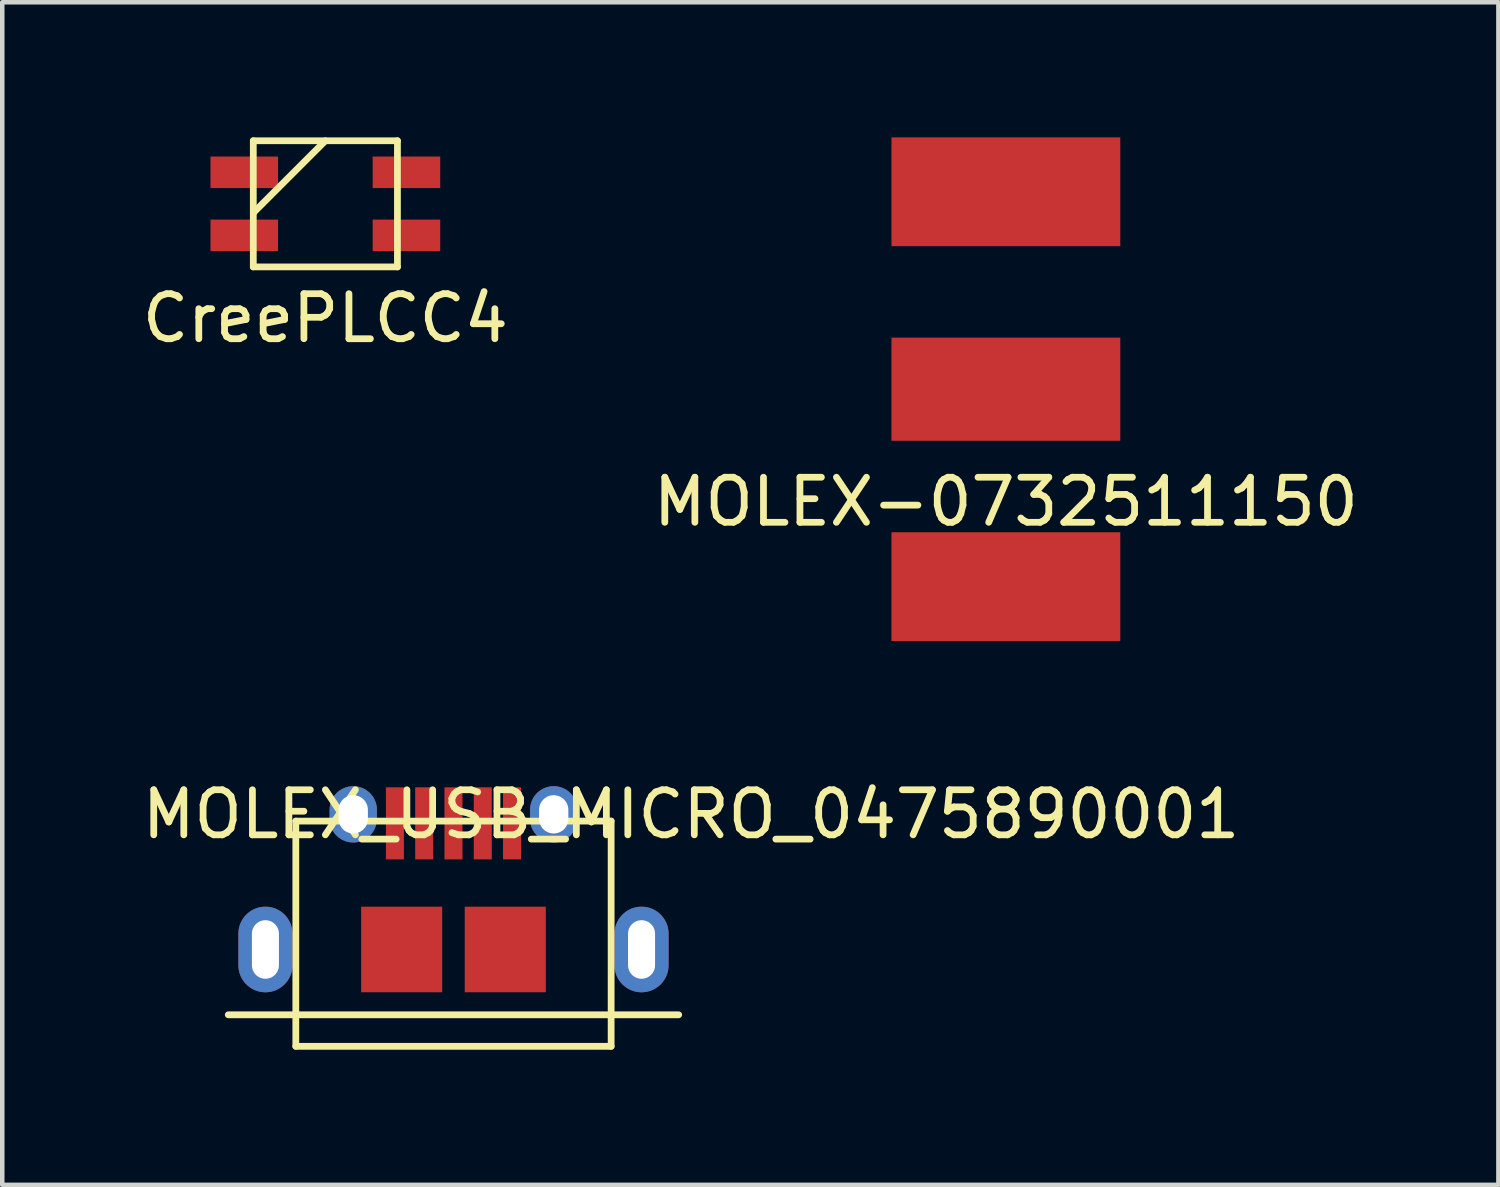
<source format=kicad_pcb>
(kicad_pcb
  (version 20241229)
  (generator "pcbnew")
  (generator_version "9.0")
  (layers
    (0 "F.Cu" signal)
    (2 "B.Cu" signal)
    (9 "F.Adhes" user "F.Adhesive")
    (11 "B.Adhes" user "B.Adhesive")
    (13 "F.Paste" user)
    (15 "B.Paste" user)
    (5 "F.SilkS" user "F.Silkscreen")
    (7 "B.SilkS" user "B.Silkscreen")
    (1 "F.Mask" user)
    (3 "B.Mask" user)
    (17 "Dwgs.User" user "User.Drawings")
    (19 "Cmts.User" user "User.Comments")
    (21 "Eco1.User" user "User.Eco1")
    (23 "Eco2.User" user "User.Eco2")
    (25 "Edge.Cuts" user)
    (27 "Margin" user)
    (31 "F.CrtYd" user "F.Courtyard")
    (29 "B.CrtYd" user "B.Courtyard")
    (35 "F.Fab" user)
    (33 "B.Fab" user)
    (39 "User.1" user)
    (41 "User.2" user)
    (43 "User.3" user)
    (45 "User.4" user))
  (footprint "MOLEX-0732511150"
    (layer "F.Cu")
    (at 19.28 5.59)
    (property "Reference" "MOLEX-0732511150" (at 0 2.5 0) (layer "F.SilkS") (effects (font (size 1 1) (thickness 0.15))))
    (attr through_hole)
    (pad "1" smd rect (at 0 0) (size 5.08 2.29) (layers "F.Cu" "F.Mask" "F.Paste"))
    (pad "2" smd rect (at 0 -4.383) (size 5.08 2.415) (layers "F.Cu" "F.Mask" "F.Paste"))
    (pad "2" smd rect (at 0 4.383) (size 5.08 2.415) (layers "F.Cu" "F.Mask" "F.Paste")))
  (footprint "MOLEX_USB_MICRO_0475890001"
    (layer "F.Cu")
    (at 7.017 16.028)
    (property "Reference" "MOLEX_USB_MICRO_0475890001" (at 5.275 -1 0) (layer "F.SilkS") (effects (font (size 1 1) (thickness 0.15))))
    (attr through_hole)
    (fp_line (start -5 3.45) (end 5 3.45) (stroke (width 0.15) (type solid)) (layer "F.SilkS"))
    (fp_line (start -3.5 -0.85) (end -3.5 4.15) (stroke (width 0.15) (type solid)) (layer "F.SilkS"))
    (fp_line (start -3.5 -0.85) (end 3.5 -0.85) (stroke (width 0.15) (type solid)) (layer "F.SilkS"))
    (fp_line (start -3.5 4.15) (end 3.5 4.15) (stroke (width 0.15) (type solid)) (layer "F.SilkS"))
    (fp_line (start 3.5 -0.85) (end 3.5 4.15) (stroke (width 0.15) (type solid)) (layer "F.SilkS"))
    (pad "1" smd rect (at -1.3 -0.8) (size 0.4 1.6) (layers "F.Cu" "F.Mask" "F.Paste"))
    (pad "2" smd rect (at -0.65 -0.8) (size 0.4 1.6) (layers "F.Cu" "F.Mask" "F.Paste"))
    (pad "3" smd rect (at 0 -0.8) (size 0.4 1.6) (layers "F.Cu" "F.Mask" "F.Paste"))
    (pad "4" smd rect (at 0.65 -0.8) (size 0.4 1.6) (layers "F.Cu" "F.Mask" "F.Paste"))
    (pad "5" thru_hole oval (at -4.175 2) (size 1.2 1.9) (drill oval 0.6 1.3) (layers "*.Cu" "*.Mask"))
    (pad "5" thru_hole oval (at -2.225 -1) (size 1.05 1.25) (drill oval 0.65 0.85) (layers "*.Cu" "*.Mask"))
    (pad "5" smd rect (at -1.15 2) (size 1.8 1.9) (layers "F.Cu" "F.Mask" "F.Paste"))
    (pad "5" smd rect (at 1.15 2) (size 1.8 1.9) (layers "F.Cu" "F.Mask" "F.Paste"))
    (pad "5" smd rect (at 1.3 -0.8) (size 0.4 1.6) (layers "F.Cu" "F.Mask" "F.Paste"))
    (pad "5" thru_hole oval (at 2.225 -1) (size 1.05 1.25) (drill oval 0.65 0.85) (layers "*.Cu" "*.Mask"))
    (pad "5" thru_hole oval (at 4.175 2) (size 1.2 1.9) (drill oval 0.6 1.3) (layers "*.Cu" "*.Mask")))
  (footprint "CreePLCC4"
    (layer "F.Cu")
    (at 4.173 1.475)
    (property "Reference" "CreePLCC4" (at 0 2.54 0) (layer "F.SilkS") (effects (font (size 1 1) (thickness 0.15))))
    (attr through_hole)
    (fp_line (start -1.6 -1.4) (end -1.6 1.4) (stroke (width 0.15) (type solid)) (layer "F.SilkS"))
    (fp_line (start -1.6 -1.4) (end 1.6 -1.4) (stroke (width 0.15) (type solid)) (layer "F.SilkS"))
    (fp_line (start -1.6 0.2) (end 0 -1.4) (stroke (width 0.15) (type solid)) (layer "F.SilkS"))
    (fp_line (start -1.6 1.4) (end 1.6 1.4) (stroke (width 0.15) (type solid)) (layer "F.SilkS"))
    (fp_line (start 1.6 -1.4) (end 1.6 1.4) (stroke (width 0.15) (type solid)) (layer "F.SilkS"))
    (pad "1" smd rect (at -1.8 -0.7) (size 1.5 0.7) (layers "F.Cu" "F.Mask" "F.Paste"))
    (pad "2" smd rect (at -1.8 0.7) (size 1.5 0.7) (layers "F.Cu" "F.Mask" "F.Paste"))
    (pad "3" smd rect (at 1.8 0.7) (size 1.5 0.7) (layers "F.Cu" "F.Mask" "F.Paste"))
    (pad "4" smd rect (at 1.8 -0.7) (size 1.5 0.7) (layers "F.Cu" "F.Mask" "F.Paste")))
  (gr_rect
    (start -3 -3)
    (end 30.214 23.253)
    (stroke (width 0.1) (type default))
    (fill no)
    (layer "Edge.Cuts")))
</source>
